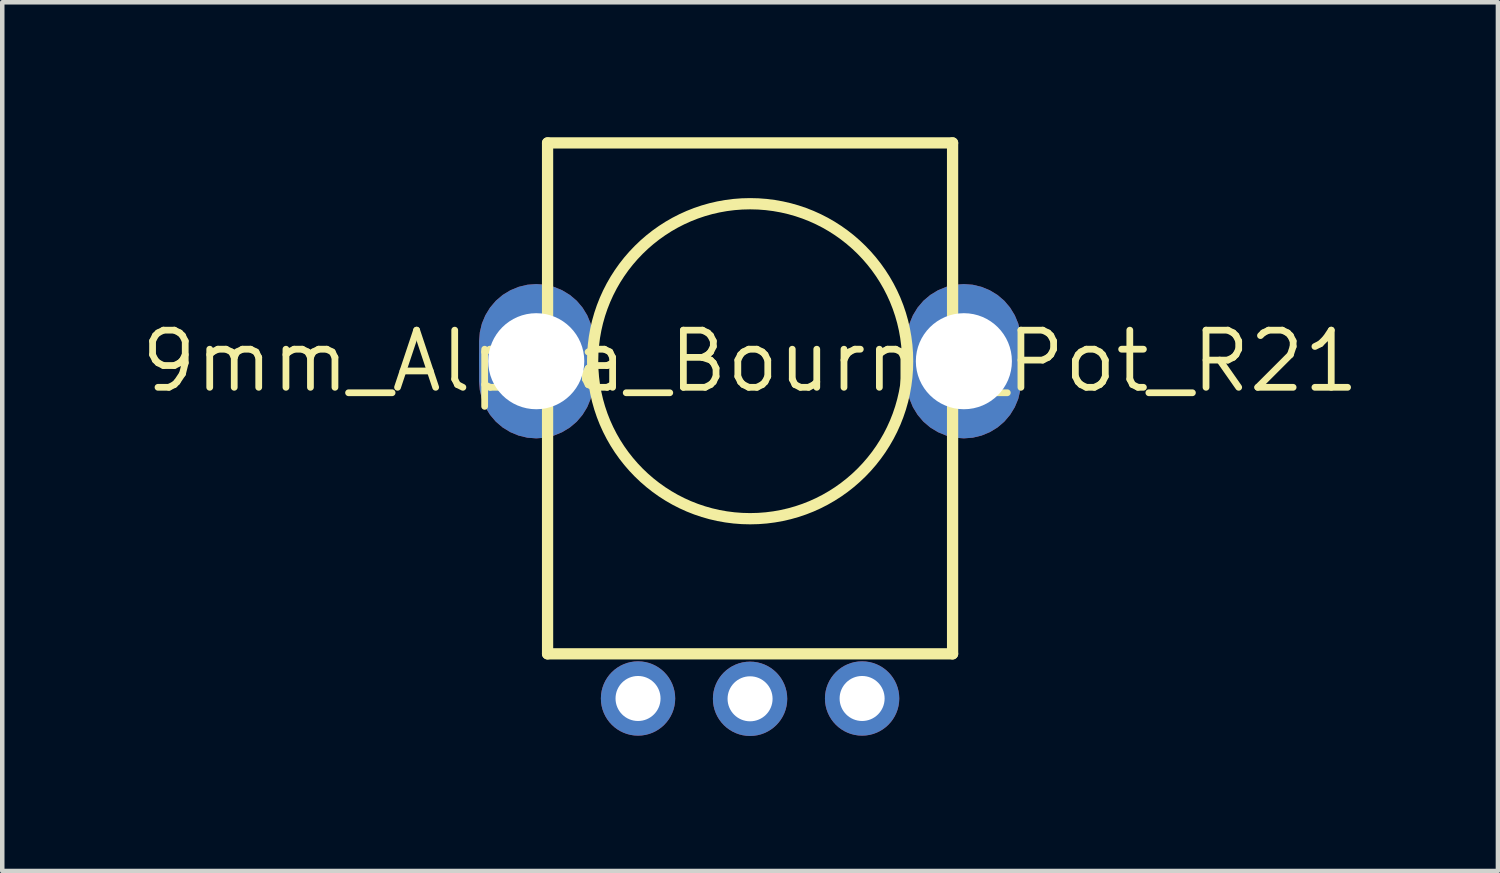
<source format=kicad_pcb>
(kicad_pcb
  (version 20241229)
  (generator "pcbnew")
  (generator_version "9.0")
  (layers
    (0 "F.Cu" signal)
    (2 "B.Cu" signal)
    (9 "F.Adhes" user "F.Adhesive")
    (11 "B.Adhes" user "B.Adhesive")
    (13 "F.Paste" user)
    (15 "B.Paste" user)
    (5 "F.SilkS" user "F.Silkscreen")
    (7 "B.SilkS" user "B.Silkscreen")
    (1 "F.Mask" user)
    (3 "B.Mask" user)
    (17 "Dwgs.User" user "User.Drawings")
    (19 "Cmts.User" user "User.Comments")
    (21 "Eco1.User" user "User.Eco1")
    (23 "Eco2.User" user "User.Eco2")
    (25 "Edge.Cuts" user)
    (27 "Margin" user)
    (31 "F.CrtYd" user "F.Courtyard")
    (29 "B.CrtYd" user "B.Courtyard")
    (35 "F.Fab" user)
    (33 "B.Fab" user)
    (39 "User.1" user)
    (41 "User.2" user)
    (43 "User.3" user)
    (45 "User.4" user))
  (footprint "9mm_Alpha_Bourns_Pot_R21"
    (layer "F.Cu")
    (at 13.614 4.975)
    (property "Reference" "9mm_Alpha_Bourns_Pot_R21" (at 0 0 0) (layer "F.SilkS") (effects (font (size 1.27 1.27) (thickness 0.15))))
    (fp_poly (pts (xy -4.551 -1.699) (xy -4.358 -1.652) (xy -4.174 -1.576) (xy -4.003 -1.472) (xy -3.851 -1.343) (xy -3.722 -1.191) (xy -3.618 -1.021) (xy -3.542 -0.837) (xy -3.495 -0.643) (xy -3.48 -0.445) (xy -3.48 0.445) (xy -3.495 0.643) (xy -3.542 0.837) (xy -3.618 1.021) (xy -3.722 1.191) (xy -3.851 1.343) (xy -4.003 1.472) (xy -4.174 1.576) (xy -4.358 1.652) (xy -4.551 1.699) (xy -4.75 1.714) (xy -4.948 1.699) (xy -5.142 1.652) (xy -5.326 1.576) (xy -5.497 1.472) (xy -5.648 1.343) (xy -5.777 1.191) (xy -5.881 1.021) (xy -5.958 0.837) (xy -6.004 0.643) (xy -6.02 0.445) (xy -6.02 -0.445) (xy -6.004 -0.643) (xy -5.958 -0.837) (xy -5.881 -1.021) (xy -5.777 -1.191) (xy -5.648 -1.343) (xy -5.497 -1.472) (xy -5.326 -1.576) (xy -5.142 -1.652) (xy -4.948 -1.699) (xy -4.75 -1.714)) (stroke (width 0) (type default)) (fill yes) (layer "F.Cu"))
    (fp_poly (pts (xy 4.948 -1.699) (xy 5.142 -1.652) (xy 5.326 -1.576) (xy 5.497 -1.472) (xy 5.648 -1.343) (xy 5.777 -1.191) (xy 5.881 -1.021) (xy 5.958 -0.837) (xy 6.004 -0.643) (xy 6.02 -0.445) (xy 6.02 0.445) (xy 6.004 0.643) (xy 5.958 0.837) (xy 5.881 1.021) (xy 5.777 1.191) (xy 5.648 1.343) (xy 5.497 1.472) (xy 5.326 1.576) (xy 5.142 1.652) (xy 4.948 1.699) (xy 4.75 1.714) (xy 4.551 1.699) (xy 4.358 1.652) (xy 4.174 1.576) (xy 4.003 1.472) (xy 3.851 1.343) (xy 3.722 1.191) (xy 3.618 1.021) (xy 3.542 0.837) (xy 3.495 0.643) (xy 3.48 0.445) (xy 3.48 -0.445) (xy 3.495 -0.643) (xy 3.542 -0.837) (xy 3.618 -1.021) (xy 3.722 -1.191) (xy 3.851 -1.343) (xy 4.003 -1.472) (xy 4.174 -1.576) (xy 4.358 -1.652) (xy 4.551 -1.699) (xy 4.75 -1.714)) (stroke (width 0) (type default)) (fill yes) (layer "F.Cu"))
    (fp_poly (pts (xy -4.535 -1.8) (xy -4.326 -1.75) (xy -4.127 -1.668) (xy -3.943 -1.555) (xy -3.779 -1.415) (xy -3.639 -1.252) (xy -3.527 -1.067) (xy -3.444 -0.868) (xy -3.394 -0.659) (xy -3.377 -0.445) (xy -3.377 0.445) (xy -3.394 0.659) (xy -3.444 0.868) (xy -3.527 1.067) (xy -3.639 1.252) (xy -3.779 1.415) (xy -3.943 1.555) (xy -4.127 1.668) (xy -4.326 1.75) (xy -4.535 1.8) (xy -4.75 1.817) (xy -4.964 1.8) (xy -5.174 1.75) (xy -5.372 1.668) (xy -5.557 1.555) (xy -5.721 1.415) (xy -5.86 1.252) (xy -5.973 1.067) (xy -6.055 0.868) (xy -6.106 0.659) (xy -6.122 0.445) (xy -6.122 -0.445) (xy -6.106 -0.659) (xy -6.055 -0.868) (xy -5.973 -1.067) (xy -5.86 -1.252) (xy -5.721 -1.415) (xy -5.557 -1.555) (xy -5.372 -1.668) (xy -5.174 -1.75) (xy -4.964 -1.8) (xy -4.75 -1.817)) (stroke (width 0) (type default)) (fill yes) (layer "F.Mask"))
    (fp_poly (pts (xy 4.964 -1.8) (xy 5.174 -1.75) (xy 5.372 -1.668) (xy 5.557 -1.555) (xy 5.721 -1.415) (xy 5.86 -1.252) (xy 5.973 -1.067) (xy 6.055 -0.868) (xy 6.106 -0.659) (xy 6.122 -0.445) (xy 6.122 0.445) (xy 6.106 0.659) (xy 6.055 0.868) (xy 5.973 1.067) (xy 5.86 1.252) (xy 5.721 1.415) (xy 5.557 1.555) (xy 5.372 1.668) (xy 5.174 1.75) (xy 4.964 1.8) (xy 4.75 1.817) (xy 4.535 1.8) (xy 4.326 1.75) (xy 4.127 1.668) (xy 3.943 1.555) (xy 3.779 1.415) (xy 3.639 1.252) (xy 3.527 1.067) (xy 3.444 0.868) (xy 3.394 0.659) (xy 3.377 0.445) (xy 3.377 -0.445) (xy 3.394 -0.659) (xy 3.444 -0.868) (xy 3.527 -1.067) (xy 3.639 -1.252) (xy 3.779 -1.415) (xy 3.943 -1.555) (xy 4.127 -1.668) (xy 4.326 -1.75) (xy 4.535 -1.8) (xy 4.75 -1.817)) (stroke (width 0) (type default)) (fill yes) (layer "F.Mask"))
    (fp_poly (pts (xy -4.551 -1.699) (xy -4.358 -1.652) (xy -4.174 -1.576) (xy -4.003 -1.472) (xy -3.851 -1.343) (xy -3.722 -1.191) (xy -3.618 -1.021) (xy -3.542 -0.837) (xy -3.495 -0.643) (xy -3.48 -0.445) (xy -3.48 0.445) (xy -3.495 0.643) (xy -3.542 0.837) (xy -3.618 1.021) (xy -3.722 1.191) (xy -3.851 1.343) (xy -4.003 1.472) (xy -4.174 1.576) (xy -4.358 1.652) (xy -4.551 1.699) (xy -4.75 1.714) (xy -4.948 1.699) (xy -5.142 1.652) (xy -5.326 1.576) (xy -5.497 1.472) (xy -5.648 1.343) (xy -5.777 1.191) (xy -5.881 1.021) (xy -5.958 0.837) (xy -6.004 0.643) (xy -6.02 0.445) (xy -6.02 -0.445) (xy -6.004 -0.643) (xy -5.958 -0.837) (xy -5.881 -1.021) (xy -5.777 -1.191) (xy -5.648 -1.343) (xy -5.497 -1.472) (xy -5.326 -1.576) (xy -5.142 -1.652) (xy -4.948 -1.699) (xy -4.75 -1.714)) (stroke (width 0) (type default)) (fill yes) (layer "B.Cu"))
    (fp_poly (pts (xy 4.948 -1.699) (xy 5.142 -1.652) (xy 5.326 -1.576) (xy 5.497 -1.472) (xy 5.648 -1.343) (xy 5.777 -1.191) (xy 5.881 -1.021) (xy 5.958 -0.837) (xy 6.004 -0.643) (xy 6.02 -0.445) (xy 6.02 0.445) (xy 6.004 0.643) (xy 5.958 0.837) (xy 5.881 1.021) (xy 5.777 1.191) (xy 5.648 1.343) (xy 5.497 1.472) (xy 5.326 1.576) (xy 5.142 1.652) (xy 4.948 1.699) (xy 4.75 1.714) (xy 4.551 1.699) (xy 4.358 1.652) (xy 4.174 1.576) (xy 4.003 1.472) (xy 3.851 1.343) (xy 3.722 1.191) (xy 3.618 1.021) (xy 3.542 0.837) (xy 3.495 0.643) (xy 3.48 0.445) (xy 3.48 -0.445) (xy 3.495 -0.643) (xy 3.542 -0.837) (xy 3.618 -1.021) (xy 3.722 -1.191) (xy 3.851 -1.343) (xy 4.003 -1.472) (xy 4.174 -1.576) (xy 4.358 -1.652) (xy 4.551 -1.699) (xy 4.75 -1.714)) (stroke (width 0) (type default)) (fill yes) (layer "B.Cu"))
    (fp_poly (pts (xy -4.535 -1.8) (xy -4.326 -1.75) (xy -4.127 -1.668) (xy -3.943 -1.555) (xy -3.779 -1.415) (xy -3.639 -1.252) (xy -3.527 -1.067) (xy -3.444 -0.868) (xy -3.394 -0.659) (xy -3.377 -0.445) (xy -3.377 0.445) (xy -3.394 0.659) (xy -3.444 0.868) (xy -3.527 1.067) (xy -3.639 1.252) (xy -3.779 1.415) (xy -3.943 1.555) (xy -4.127 1.668) (xy -4.326 1.75) (xy -4.535 1.8) (xy -4.75 1.817) (xy -4.964 1.8) (xy -5.174 1.75) (xy -5.372 1.668) (xy -5.557 1.555) (xy -5.721 1.415) (xy -5.86 1.252) (xy -5.973 1.067) (xy -6.055 0.868) (xy -6.106 0.659) (xy -6.122 0.445) (xy -6.122 -0.445) (xy -6.106 -0.659) (xy -6.055 -0.868) (xy -5.973 -1.067) (xy -5.86 -1.252) (xy -5.721 -1.415) (xy -5.557 -1.555) (xy -5.372 -1.668) (xy -5.174 -1.75) (xy -4.964 -1.8) (xy -4.75 -1.817)) (stroke (width 0) (type default)) (fill yes) (layer "B.Mask"))
    (fp_poly (pts (xy 4.964 -1.8) (xy 5.174 -1.75) (xy 5.372 -1.668) (xy 5.557 -1.555) (xy 5.721 -1.415) (xy 5.86 -1.252) (xy 5.973 -1.067) (xy 6.055 -0.868) (xy 6.106 -0.659) (xy 6.122 -0.445) (xy 6.122 0.445) (xy 6.106 0.659) (xy 6.055 0.868) (xy 5.973 1.067) (xy 5.86 1.252) (xy 5.721 1.415) (xy 5.557 1.555) (xy 5.372 1.668) (xy 5.174 1.75) (xy 4.964 1.8) (xy 4.75 1.817) (xy 4.535 1.8) (xy 4.326 1.75) (xy 4.127 1.668) (xy 3.943 1.555) (xy 3.779 1.415) (xy 3.639 1.252) (xy 3.527 1.067) (xy 3.444 0.868) (xy 3.394 0.659) (xy 3.377 0.445) (xy 3.377 -0.445) (xy 3.394 -0.659) (xy 3.444 -0.868) (xy 3.527 -1.067) (xy 3.639 -1.252) (xy 3.779 -1.415) (xy 3.943 -1.555) (xy 4.127 -1.668) (xy 4.326 -1.75) (xy 4.535 -1.8) (xy 4.75 -1.817)) (stroke (width 0) (type default)) (fill yes) (layer "B.Mask"))
    (fp_line (start -4.499 -4.85) (end 4.499 -4.85) (stroke (width 0.25) (type solid)) (layer "F.SilkS"))
    (fp_line (start -4.499 6.501) (end -4.499 -4.85) (stroke (width 0.25) (type solid)) (layer "F.SilkS"))
    (fp_line (start 4.499 -4.85) (end 4.499 6.501) (stroke (width 0.25) (type solid)) (layer "F.SilkS"))
    (fp_line (start 4.499 6.501) (end -4.499 6.501) (stroke (width 0.25) (type solid)) (layer "F.SilkS"))
    (fp_circle (center 0.001 0) (end 3.5 0) (stroke (width 0.25) (type solid)) (fill no) (layer "F.SilkS"))
    (pad "1" thru_hole circle (at -2.489 7.493) (size 1.651 1.651) (drill 1) (layers "*.Cu" "*.Mask"))
    (pad "2" thru_hole circle (at 0 7.5) (size 1.651 1.651) (drill 1) (layers "*.Cu" "*.Mask"))
    (pad "3" thru_hole circle (at 2.489 7.493) (size 1.651 1.651) (drill 1) (layers "*.Cu" "*.Mask"))
    (pad "4" thru_hole circle (at -4.75 0 90) (size 2.54 2.54) (drill 2.134) (layers "*.Cu"))
    (pad "5" thru_hole circle (at 4.75 0 90) (size 2.54 2.54) (drill 2.134) (layers "*.Cu")))
  (gr_rect
    (start -3 -3)
    (end 30.229 16.3)
    (stroke (width 0.1) (type default))
    (fill no)
    (layer "Edge.Cuts")))
</source>
